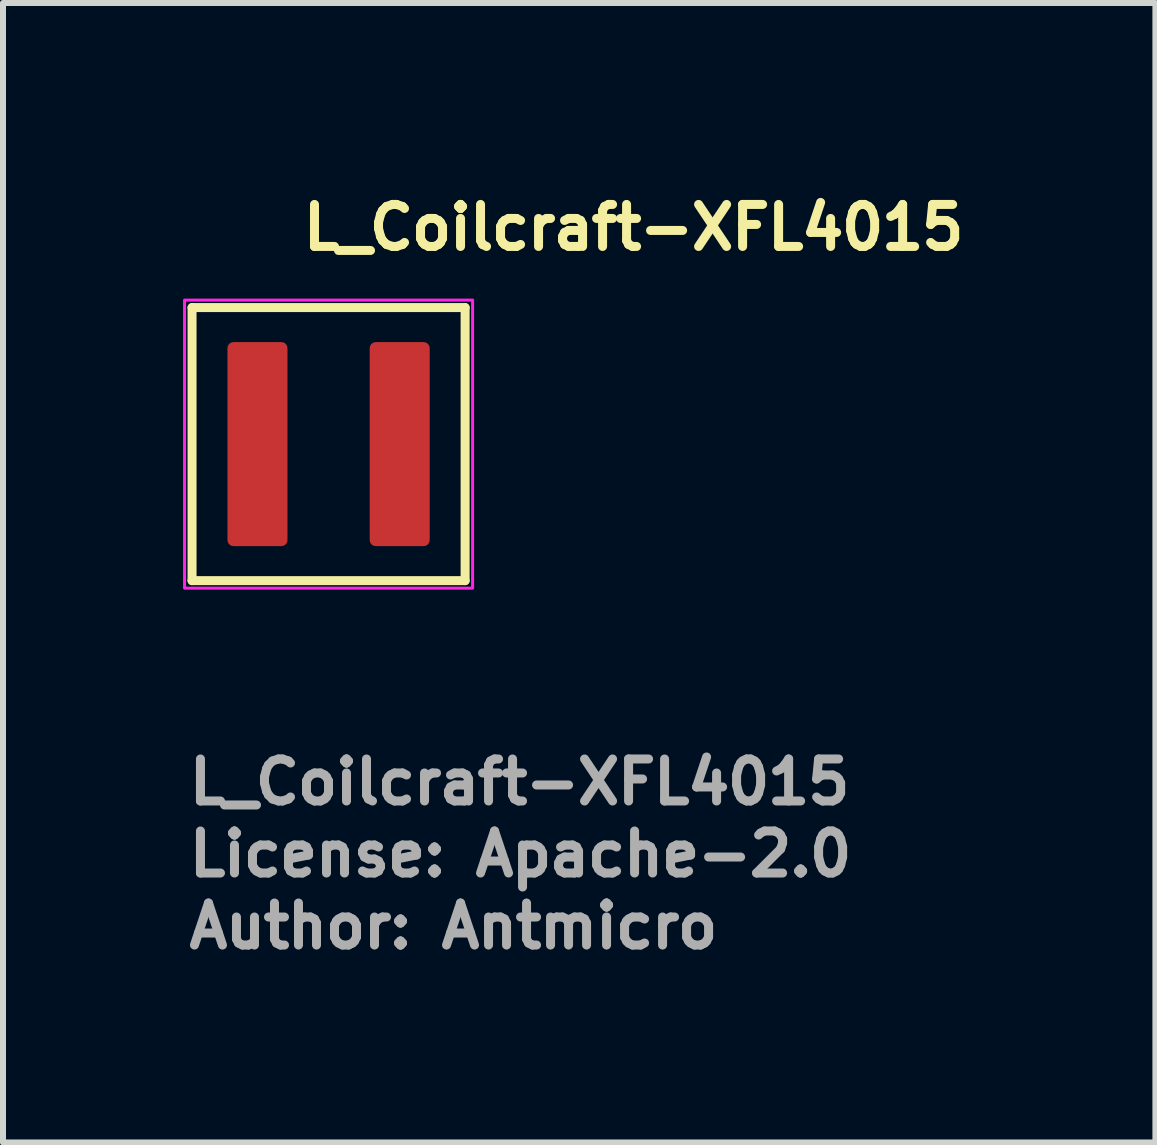
<source format=kicad_pcb>
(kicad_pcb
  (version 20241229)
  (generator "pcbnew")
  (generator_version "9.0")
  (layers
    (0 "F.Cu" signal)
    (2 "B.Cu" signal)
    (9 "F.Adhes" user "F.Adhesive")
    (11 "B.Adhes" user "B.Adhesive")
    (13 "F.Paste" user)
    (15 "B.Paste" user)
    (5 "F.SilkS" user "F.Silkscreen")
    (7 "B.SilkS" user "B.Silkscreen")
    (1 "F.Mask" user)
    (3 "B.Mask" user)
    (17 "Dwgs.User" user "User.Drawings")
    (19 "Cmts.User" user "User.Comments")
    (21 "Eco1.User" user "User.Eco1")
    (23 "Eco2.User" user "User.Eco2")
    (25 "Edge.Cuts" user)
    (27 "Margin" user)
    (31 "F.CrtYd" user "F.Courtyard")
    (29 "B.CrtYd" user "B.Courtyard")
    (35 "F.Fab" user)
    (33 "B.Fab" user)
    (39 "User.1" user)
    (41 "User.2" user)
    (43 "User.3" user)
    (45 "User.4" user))
  (footprint "L_Coilcraft-XFL4015"
    (layer "F.Cu")
    (at 2.425 4.35)
    (property "Reference" "L_Coilcraft-XFL4015" (at -0.5 -3.2 0) (layer "F.SilkS") (effects (font (size 0.7 0.7) (thickness 0.15)) (justify left bottom)))
    (attr smd)
    (fp_line (start -2.275 -2.275) (end 2.275 -2.275) (stroke (width 0.15) (type solid)) (layer "F.SilkS"))
    (fp_line (start -2.275 2.275) (end -2.275 -2.275) (stroke (width 0.15) (type solid)) (layer "F.SilkS"))
    (fp_line (start 2.275 -2.275) (end 2.275 2.275) (stroke (width 0.15) (type solid)) (layer "F.SilkS"))
    (fp_line (start 2.275 2.275) (end -2.275 2.275) (stroke (width 0.15) (type solid)) (layer "F.SilkS"))
    (fp_rect (start -2.4 -2.4) (end 2.4 2.4) (stroke (width 0.05) (type solid)) (fill no) (layer "F.CrtYd"))
    (fp_rect (start -2.15 -2.15) (end 2.15 2.15) (stroke (width 0.1) (type solid)) (fill no) (layer "User.5"))
    (fp_line (start -2.15 -2.15) (end 2.15 -2.15) (stroke (width 0.02) (type solid)) (layer "User.9"))
    (fp_line (start -2.15 2.15) (end -2.15 -2.15) (stroke (width 0.02) (type solid)) (layer "User.9"))
    (fp_line (start -1.779 -1.6) (end -1.779 1.6) (stroke (width 0.02) (type solid)) (layer "User.9"))
    (fp_line (start -1.779 1.6) (end -1.579 1.6) (stroke (width 0.02) (type solid)) (layer "User.9"))
    (fp_line (start -1.579 -1.6) (end -1.779 -1.6) (stroke (width 0.02) (type solid)) (layer "User.9"))
    (fp_line (start -1.579 1.6) (end -1.579 -1.6) (stroke (width 0.02) (type solid)) (layer "User.9"))
    (fp_line (start 2.15 -2.15) (end 2.15 2.15) (stroke (width 0.02) (type solid)) (layer "User.9"))
    (fp_line (start 2.15 2.15) (end -2.15 2.15) (stroke (width 0.02) (type solid)) (layer "User.9"))
    (fp_text user "${REFERENCE}" (at -2.4 6.04 0) (layer "F.Fab") (effects (font (size 0.7 0.7) (thickness 0.15)) (justify left bottom)))
    (fp_text user "License: Apache-2.0" (at -2.4 7.24 0) (layer "F.Fab") (effects (font (size 0.7 0.7) (thickness 0.15)) (justify left bottom)))
    (fp_text user "Author: Antmicro" (at -2.4 8.44 0) (layer "F.Fab") (effects (font (size 0.7 0.7) (thickness 0.15)) (justify left bottom)))
    (pad "1" smd roundrect (at -1.185 0) (size 1 3.4) (layers "F.Cu" "F.Mask" "F.Paste") (roundrect_rratio 0.1))
    (pad "2" smd roundrect (at 1.185 0) (size 1 3.4) (layers "F.Cu" "F.Mask" "F.Paste") (roundrect_rratio 0.1)))
  (gr_rect
    (start -3 -3)
    (end 16.202 15.986)
    (stroke (width 0.1) (type default))
    (fill no)
    (layer "Edge.Cuts")))
</source>
